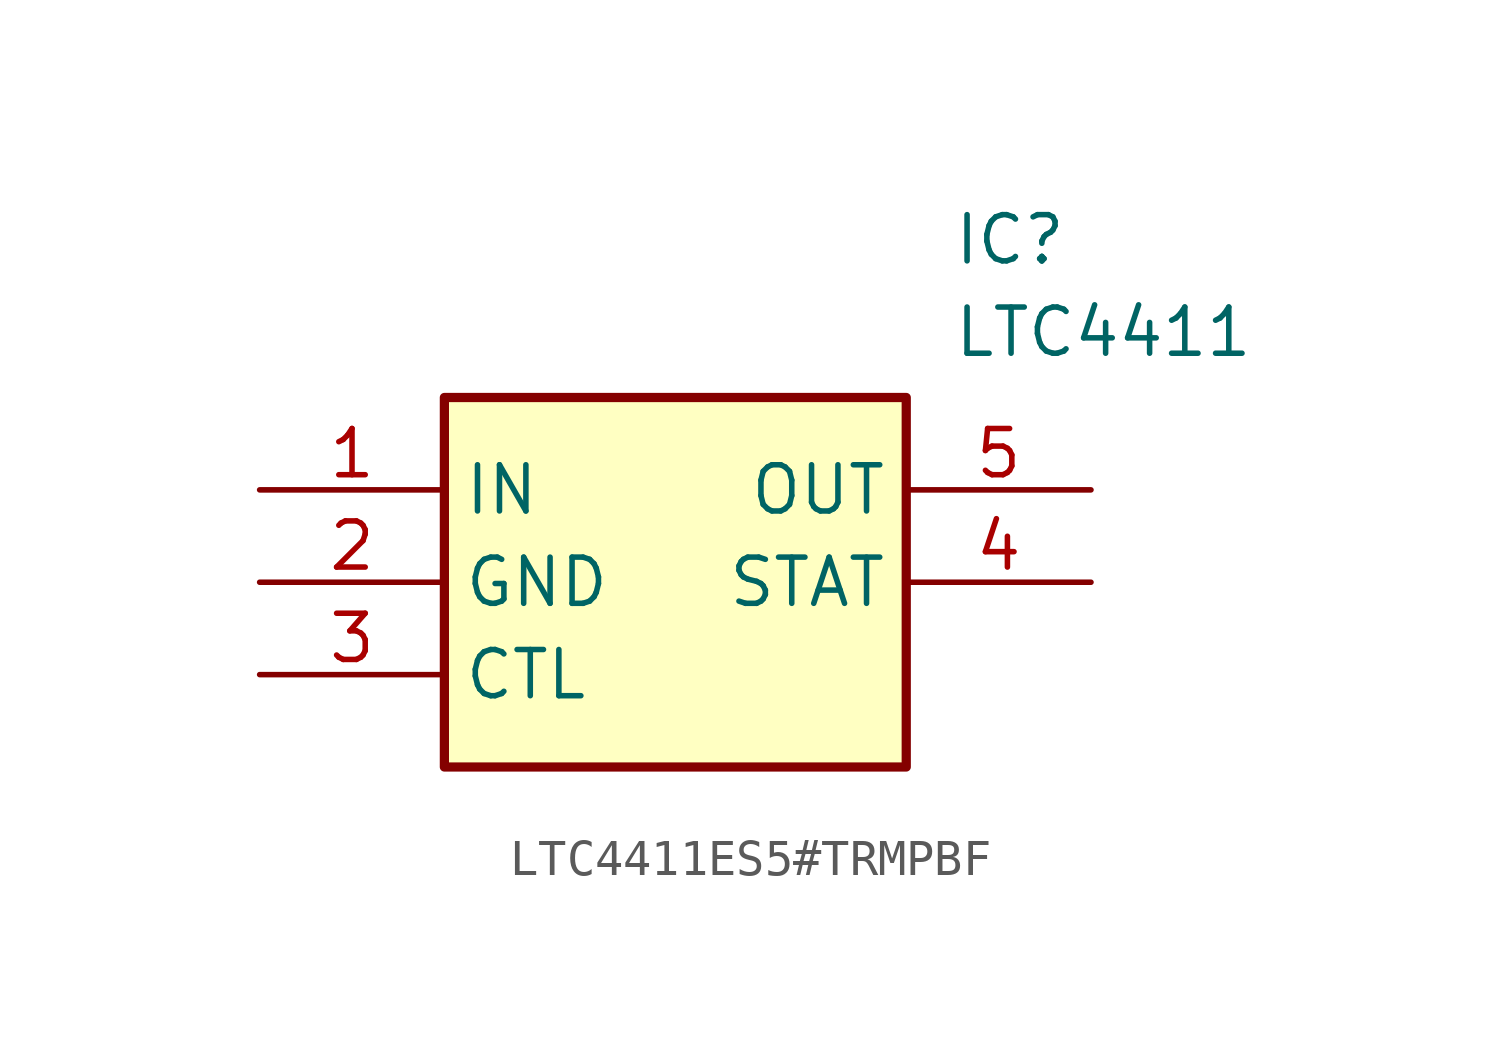
<source format=kicad_sym>
(kicad_symbol_lib
  (version 20231120)
  (generator "kicad_symbol_editor")
  (generator_version "8.0")
  (symbol "LTC4411ES5#TRMPBF"
    (property "Reference" "IC"
      (at 19.05 7.62 0)
      (effects (font (size 1.27 1.27)) (justify left top)))
    (property "Value" "LTC4411"
      (at 19.05 5.08 0)
      (effects (font (size 1.27 1.27)) (justify left top)))
    (symbol "LTC4411ES5#TRMPBF_1_1"
      (rectangle (start 5.08 2.54) (end 17.78 -7.62) (stroke (width 0.254) (type default)) (fill (type background)))
      (pin input line (at 0 0 0) (length 5.08) (name "IN" (effects (font (size 1.27 1.27)))) (number "1" (effects (font (size 1.27 1.27)))))
      (pin power_in line (at 0 -2.54 0) (length 5.08) (name "GND" (effects (font (size 1.27 1.27)))) (number "2" (effects (font (size 1.27 1.27)))))
      (pin passive line (at 0 -5.08 0) (length 5.08) (name "CTL" (effects (font (size 1.27 1.27)))) (number "3" (effects (font (size 1.27 1.27)))))
      (pin passive line (at 22.86 -2.54 180) (length 5.08) (name "STAT" (effects (font (size 1.27 1.27)))) (number "4" (effects (font (size 1.27 1.27)))))
      (pin output line (at 22.86 0 180) (length 5.08) (name "OUT" (effects (font (size 1.27 1.27)))) (number "5" (effects (font (size 1.27 1.27))))))))
</source>
